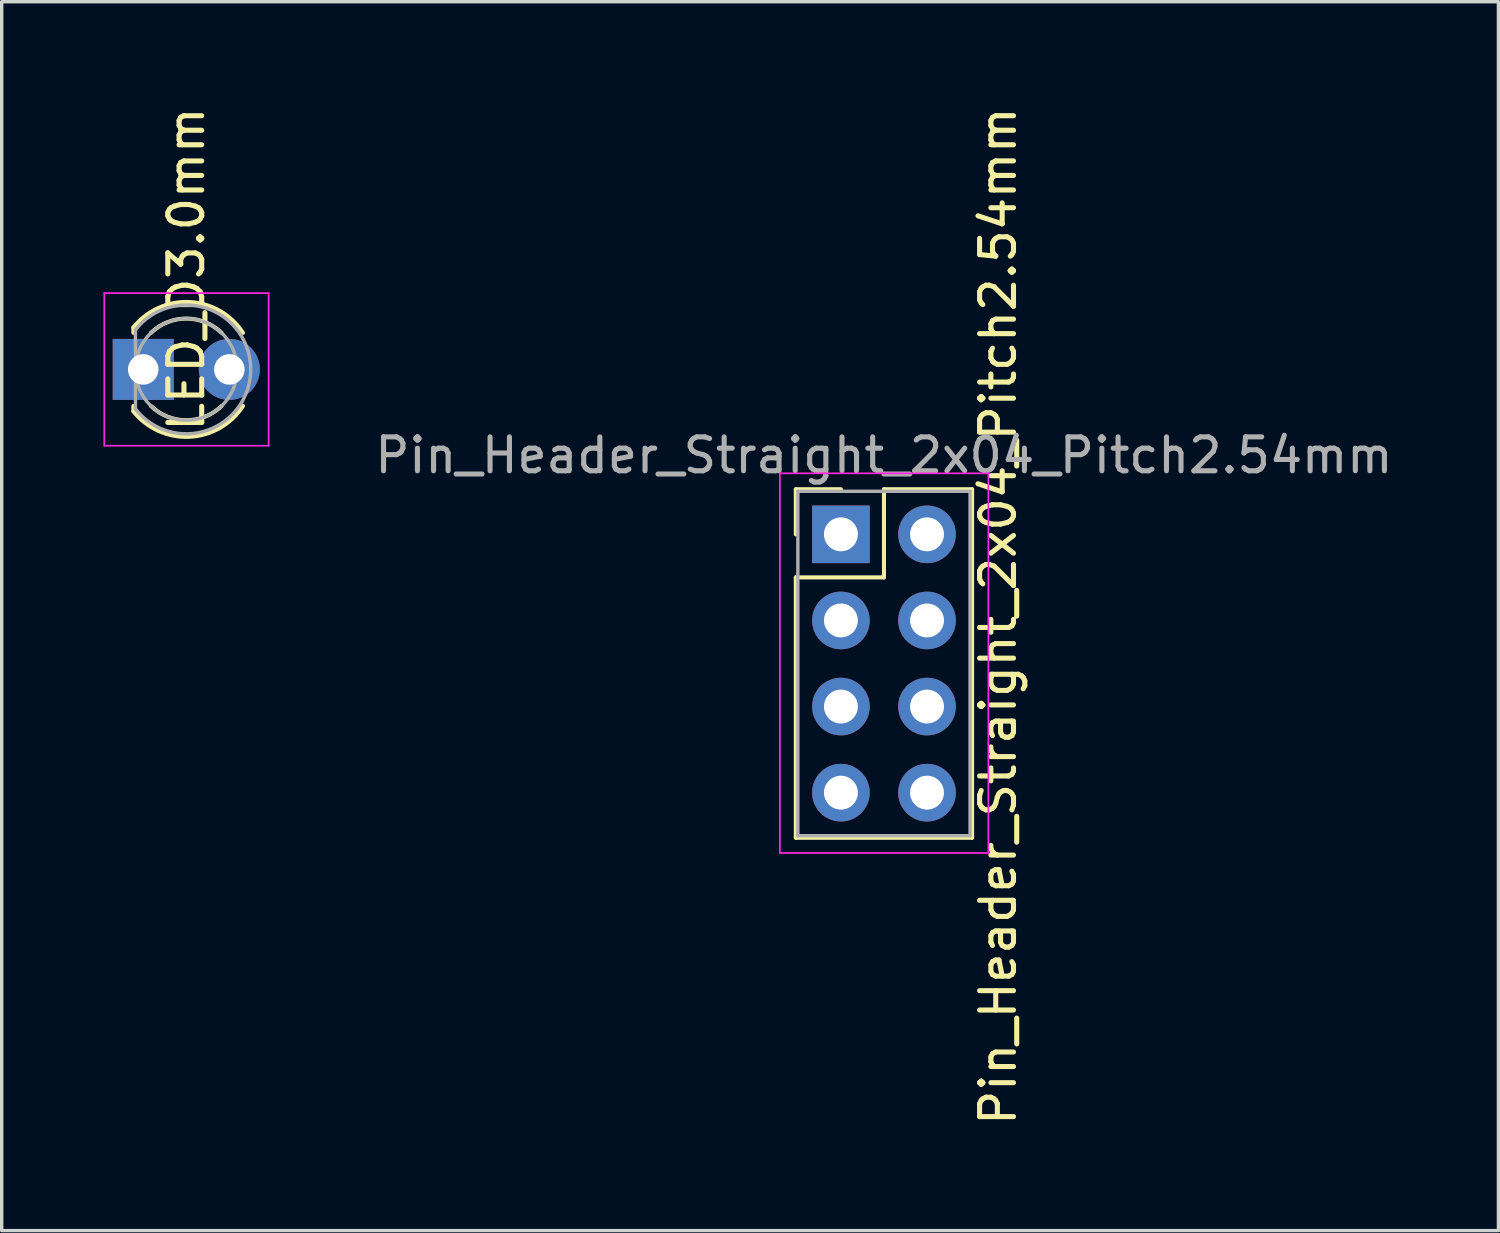
<source format=kicad_pcb>
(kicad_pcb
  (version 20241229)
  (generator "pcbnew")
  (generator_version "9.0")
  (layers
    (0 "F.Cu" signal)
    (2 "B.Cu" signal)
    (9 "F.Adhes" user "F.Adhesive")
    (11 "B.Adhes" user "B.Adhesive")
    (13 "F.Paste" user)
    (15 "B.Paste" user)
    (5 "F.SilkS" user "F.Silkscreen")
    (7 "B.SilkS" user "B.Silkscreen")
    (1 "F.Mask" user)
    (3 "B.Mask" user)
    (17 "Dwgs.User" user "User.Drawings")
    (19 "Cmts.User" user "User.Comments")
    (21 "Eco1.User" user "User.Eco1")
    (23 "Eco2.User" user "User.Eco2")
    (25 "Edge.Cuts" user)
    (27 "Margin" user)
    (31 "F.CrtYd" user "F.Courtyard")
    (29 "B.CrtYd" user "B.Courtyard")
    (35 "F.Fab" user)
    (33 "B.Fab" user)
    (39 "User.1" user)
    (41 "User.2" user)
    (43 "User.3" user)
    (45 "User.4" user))
  (footprint "Pin_Header_Straight_2x04_Pitch2.54mm"
    (layer "F.Cu")
    (at 21.755 12.712)
    (property "Reference" "Pin_Header_Straight_2x04_Pitch2.54mm" (at 4.636 2.413 90) (layer "F.SilkS") (effects (font (size 1 1) (thickness 0.15))))
    (attr through_hole)
    (fp_line (start -1.33 -1.33) (end 0 -1.33) (stroke (width 0.12) (type solid)) (layer "F.SilkS"))
    (fp_line (start -1.33 0) (end -1.33 -1.33) (stroke (width 0.12) (type solid)) (layer "F.SilkS"))
    (fp_line (start -1.33 1.27) (end -1.33 8.95) (stroke (width 0.12) (type solid)) (layer "F.SilkS"))
    (fp_line (start -1.33 8.95) (end 3.87 8.95) (stroke (width 0.12) (type solid)) (layer "F.SilkS"))
    (fp_line (start 1.27 -1.33) (end 1.27 1.27) (stroke (width 0.12) (type solid)) (layer "F.SilkS"))
    (fp_line (start 1.27 1.27) (end -1.33 1.27) (stroke (width 0.12) (type solid)) (layer "F.SilkS"))
    (fp_line (start 3.87 -1.33) (end 1.27 -1.33) (stroke (width 0.12) (type solid)) (layer "F.SilkS"))
    (fp_line (start 3.87 8.95) (end 3.87 -1.33) (stroke (width 0.12) (type solid)) (layer "F.SilkS"))
    (fp_line (start -1.8 -1.8) (end -1.8 9.4) (stroke (width 0.05) (type solid)) (layer "F.CrtYd"))
    (fp_line (start -1.8 9.4) (end 4.35 9.4) (stroke (width 0.05) (type solid)) (layer "F.CrtYd"))
    (fp_line (start 4.35 -1.8) (end -1.8 -1.8) (stroke (width 0.05) (type solid)) (layer "F.CrtYd"))
    (fp_line (start 4.35 9.4) (end 4.35 -1.8) (stroke (width 0.05) (type solid)) (layer "F.CrtYd"))
    (fp_line (start -1.27 -1.27) (end -1.27 8.89) (stroke (width 0.1) (type solid)) (layer "F.Fab"))
    (fp_line (start -1.27 8.89) (end 3.81 8.89) (stroke (width 0.1) (type solid)) (layer "F.Fab"))
    (fp_line (start 3.81 -1.27) (end -1.27 -1.27) (stroke (width 0.1) (type solid)) (layer "F.Fab"))
    (fp_line (start 3.81 8.89) (end 3.81 -1.27) (stroke (width 0.1) (type solid)) (layer "F.Fab"))
    (fp_text user "${REFERENCE}" (at 1.27 -2.33 180) (layer "F.Fab") (effects (font (size 1 1) (thickness 0.15))))
    (pad "1" thru_hole rect (at 0 0) (size 1.7 1.7) (drill 1) (layers "*.Cu" "*.Mask"))
    (pad "2" thru_hole oval (at 2.54 0) (size 1.7 1.7) (drill 1) (layers "*.Cu" "*.Mask"))
    (pad "3" thru_hole oval (at 0 2.54) (size 1.7 1.7) (drill 1) (layers "*.Cu" "*.Mask"))
    (pad "4" thru_hole oval (at 2.54 2.54) (size 1.7 1.7) (drill 1) (layers "*.Cu" "*.Mask"))
    (pad "5" thru_hole oval (at 0 5.08) (size 1.7 1.7) (drill 1) (layers "*.Cu" "*.Mask"))
    (pad "6" thru_hole oval (at 2.54 5.08) (size 1.7 1.7) (drill 1) (layers "*.Cu" "*.Mask"))
    (pad "7" thru_hole oval (at 0 7.62) (size 1.7 1.7) (drill 1) (layers "*.Cu" "*.Mask"))
    (pad "8" thru_hole oval (at 2.54 7.62) (size 1.7 1.7) (drill 1) (layers "*.Cu" "*.Mask")))
  (footprint "LED_D3.0mm"
    (layer "F.Cu")
    (at 1.175 7.847)
    (property "Reference" "LED_D3.0mm" (at 1.27 -2.96 90) (layer "F.SilkS") (effects (font (size 1 1) (thickness 0.15))))
    (attr through_hole)
    (fp_line (start -0.29 -1.236) (end -0.29 -1.08) (stroke (width 0.12) (type solid)) (layer "F.SilkS"))
    (fp_line (start -0.29 1.08) (end -0.29 1.236) (stroke (width 0.12) (type solid)) (layer "F.SilkS"))
    (fp_arc (start -0.29 -1.235516) (mid 1.366487 -1.987659) (end 2.942335 -1.078608) (stroke (width 0.12) (type solid)) (layer "F.SilkS"))
    (fp_arc (start 0.229039 -1.08) (mid 1.270117 -1.5) (end 2.31113 -1.079837) (stroke (width 0.12) (type solid)) (layer "F.SilkS"))
    (fp_arc (start 2.31113 1.079837) (mid 1.270117 1.5) (end 0.229039 1.08) (stroke (width 0.12) (type solid)) (layer "F.SilkS"))
    (fp_arc (start 2.942335 1.078608) (mid 1.366487 1.987659) (end -0.29 1.235516) (stroke (width 0.12) (type solid)) (layer "F.SilkS"))
    (fp_line (start -1.15 -2.25) (end -1.15 2.25) (stroke (width 0.05) (type solid)) (layer "F.CrtYd"))
    (fp_line (start -1.15 2.25) (end 3.7 2.25) (stroke (width 0.05) (type solid)) (layer "F.CrtYd"))
    (fp_line (start 3.7 -2.25) (end -1.15 -2.25) (stroke (width 0.05) (type solid)) (layer "F.CrtYd"))
    (fp_line (start 3.7 2.25) (end 3.7 -2.25) (stroke (width 0.05) (type solid)) (layer "F.CrtYd"))
    (fp_line (start -0.23 -1.166) (end -0.23 1.166) (stroke (width 0.1) (type solid)) (layer "F.Fab"))
    (fp_arc (start -0.23 -1.16619) (mid 3.17 0.000452) (end -0.230555 1.165476) (stroke (width 0.1) (type solid)) (layer "F.Fab"))
    (fp_circle (center 1.27 0) (end 2.77 0) (stroke (width 0.1) (type solid)) (fill no) (layer "F.Fab"))
    (pad "1" thru_hole rect (at 0 0) (size 1.8 1.8) (drill 0.9) (layers "*.Cu" "*.Mask"))
    (pad "2" thru_hole circle (at 2.54 0) (size 1.8 1.8) (drill 0.9) (layers "*.Cu" "*.Mask")))
  (gr_rect
    (start -3 -3)
    (end 41.15 33.25)
    (stroke (width 0.1) (type default))
    (fill no)
    (layer "Edge.Cuts")))
</source>
